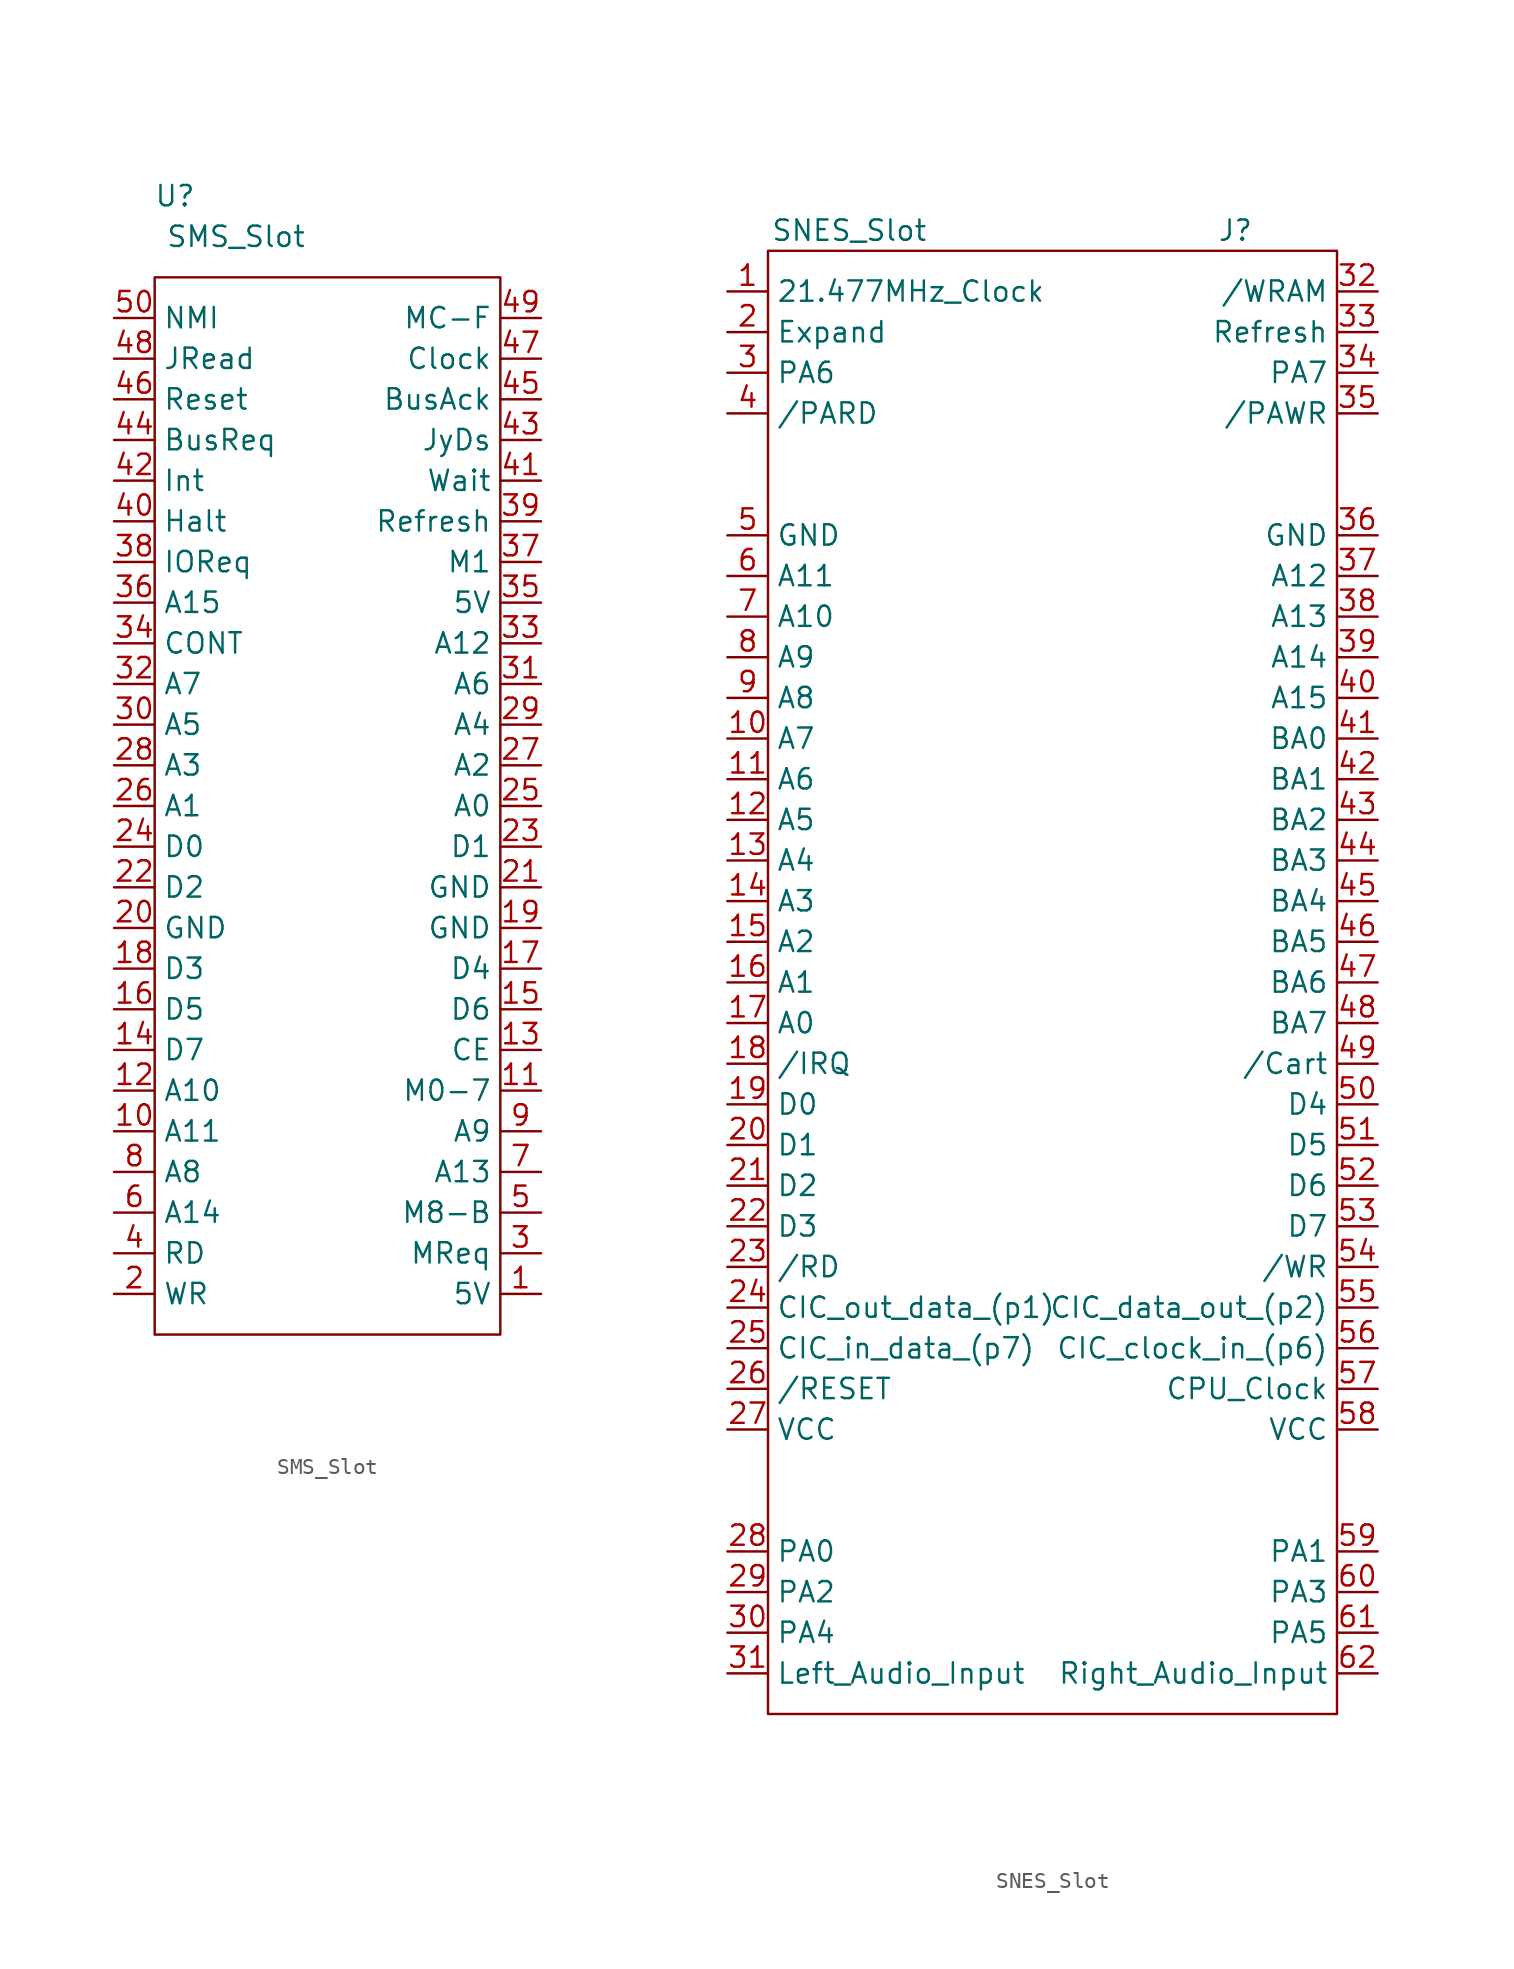
<source format=kicad_sym>
(kicad_symbol_lib
  (version 20211014)
  (generator kicad_symbol_editor)
  (symbol "SMS_Slot"
    (property "Reference" "U"
      (at -10.16 35.56 0)
      (effects (font (size 1.27 1.27))))
    (property "Value" "SMS_Slot"
      (at -6.35 33.02 0)
      (effects (font (size 1.27 1.27))))
    (symbol "SMS_Slot_0_1"
      (rectangle (start -11.43 30.48) (end 10.16 -35.56) (stroke (width 0.152) (type default) (color 0 0 0 0)) (fill (type none))))
    (symbol "SMS_Slot_1_1"
      (pin power_out line (at 12.7 -33.02 180) (length 2.54) (name "5V" (effects (font (size 1.27 1.27)))) (number "1" (effects (font (size 1.27 1.27)))))
      (pin input line (at -13.97 -22.86 0) (length 2.54) (name "A11" (effects (font (size 1.27 1.27)))) (number "10" (effects (font (size 1.27 1.27)))))
      (pin input line (at 12.7 -20.32 180) (length 2.54) (name "M0-7" (effects (font (size 1.27 1.27)))) (number "11" (effects (font (size 1.27 1.27)))))
      (pin input line (at -13.97 -20.32 0) (length 2.54) (name "A10" (effects (font (size 1.27 1.27)))) (number "12" (effects (font (size 1.27 1.27)))))
      (pin input line (at 12.7 -17.78 180) (length 2.54) (name "CE" (effects (font (size 1.27 1.27)))) (number "13" (effects (font (size 1.27 1.27)))))
      (pin bidirectional line (at -13.97 -17.78 0) (length 2.54) (name "D7" (effects (font (size 1.27 1.27)))) (number "14" (effects (font (size 1.27 1.27)))))
      (pin bidirectional line (at 12.7 -15.24 180) (length 2.54) (name "D6" (effects (font (size 1.27 1.27)))) (number "15" (effects (font (size 1.27 1.27)))))
      (pin bidirectional line (at -13.97 -15.24 0) (length 2.54) (name "D5" (effects (font (size 1.27 1.27)))) (number "16" (effects (font (size 1.27 1.27)))))
      (pin bidirectional line (at 12.7 -12.7 180) (length 2.54) (name "D4" (effects (font (size 1.27 1.27)))) (number "17" (effects (font (size 1.27 1.27)))))
      (pin bidirectional line (at -13.97 -12.7 0) (length 2.54) (name "D3" (effects (font (size 1.27 1.27)))) (number "18" (effects (font (size 1.27 1.27)))))
      (pin power_in line (at 12.7 -10.16 180) (length 2.54) (name "GND" (effects (font (size 1.27 1.27)))) (number "19" (effects (font (size 1.27 1.27)))))
      (pin input line (at -13.97 -33.02 0) (length 2.54) (name "WR" (effects (font (size 1.27 1.27)))) (number "2" (effects (font (size 1.27 1.27)))))
      (pin power_in line (at -13.97 -10.16 0) (length 2.54) (name "GND" (effects (font (size 1.27 1.27)))) (number "20" (effects (font (size 1.27 1.27)))))
      (pin power_in line (at 12.7 -7.62 180) (length 2.54) (name "GND" (effects (font (size 1.27 1.27)))) (number "21" (effects (font (size 1.27 1.27)))))
      (pin bidirectional line (at -13.97 -7.62 0) (length 2.54) (name "D2" (effects (font (size 1.27 1.27)))) (number "22" (effects (font (size 1.27 1.27)))))
      (pin bidirectional line (at 12.7 -5.08 180) (length 2.54) (name "D1" (effects (font (size 1.27 1.27)))) (number "23" (effects (font (size 1.27 1.27)))))
      (pin bidirectional line (at -13.97 -5.08 0) (length 2.54) (name "D0" (effects (font (size 1.27 1.27)))) (number "24" (effects (font (size 1.27 1.27)))))
      (pin input line (at 12.7 -2.54 180) (length 2.54) (name "A0" (effects (font (size 1.27 1.27)))) (number "25" (effects (font (size 1.27 1.27)))))
      (pin input line (at -13.97 -2.54 0) (length 2.54) (name "A1" (effects (font (size 1.27 1.27)))) (number "26" (effects (font (size 1.27 1.27)))))
      (pin input line (at 12.7 0 180) (length 2.54) (name "A2" (effects (font (size 1.27 1.27)))) (number "27" (effects (font (size 1.27 1.27)))))
      (pin input line (at -13.97 0 0) (length 2.54) (name "A3" (effects (font (size 1.27 1.27)))) (number "28" (effects (font (size 1.27 1.27)))))
      (pin input line (at 12.7 2.54 180) (length 2.54) (name "A4" (effects (font (size 1.27 1.27)))) (number "29" (effects (font (size 1.27 1.27)))))
      (pin input line (at 12.7 -30.48 180) (length 2.54) (name "MReq" (effects (font (size 1.27 1.27)))) (number "3" (effects (font (size 1.27 1.27)))))
      (pin input line (at -13.97 2.54 0) (length 2.54) (name "A5" (effects (font (size 1.27 1.27)))) (number "30" (effects (font (size 1.27 1.27)))))
      (pin input line (at 12.7 5.08 180) (length 2.54) (name "A6" (effects (font (size 1.27 1.27)))) (number "31" (effects (font (size 1.27 1.27)))))
      (pin input line (at -13.97 5.08 0) (length 2.54) (name "A7" (effects (font (size 1.27 1.27)))) (number "32" (effects (font (size 1.27 1.27)))))
      (pin input line (at 12.7 7.62 180) (length 2.54) (name "A12" (effects (font (size 1.27 1.27)))) (number "33" (effects (font (size 1.27 1.27)))))
      (pin input line (at -13.97 7.62 0) (length 2.54) (name "CONT" (effects (font (size 1.27 1.27)))) (number "34" (effects (font (size 1.27 1.27)))))
      (pin power_in line (at 12.7 10.16 180) (length 2.54) (name "5V" (effects (font (size 1.27 1.27)))) (number "35" (effects (font (size 1.27 1.27)))))
      (pin input line (at -13.97 10.16 0) (length 2.54) (name "A15" (effects (font (size 1.27 1.27)))) (number "36" (effects (font (size 1.27 1.27)))))
      (pin input line (at 12.7 12.7 180) (length 2.54) (name "M1" (effects (font (size 1.27 1.27)))) (number "37" (effects (font (size 1.27 1.27)))))
      (pin input line (at -13.97 12.7 0) (length 2.54) (name "IOReq" (effects (font (size 1.27 1.27)))) (number "38" (effects (font (size 1.27 1.27)))))
      (pin input line (at 12.7 15.24 180) (length 2.54) (name "Refresh" (effects (font (size 1.27 1.27)))) (number "39" (effects (font (size 1.27 1.27)))))
      (pin input line (at -13.97 -30.48 0) (length 2.54) (name "RD" (effects (font (size 1.27 1.27)))) (number "4" (effects (font (size 1.27 1.27)))))
      (pin input line (at -13.97 15.24 0) (length 2.54) (name "Halt" (effects (font (size 1.27 1.27)))) (number "40" (effects (font (size 1.27 1.27)))))
      (pin input line (at 12.7 17.78 180) (length 2.54) (name "Wait" (effects (font (size 1.27 1.27)))) (number "41" (effects (font (size 1.27 1.27)))))
      (pin input line (at -13.97 17.78 0) (length 2.54) (name "Int" (effects (font (size 1.27 1.27)))) (number "42" (effects (font (size 1.27 1.27)))))
      (pin input line (at 12.7 20.32 180) (length 2.54) (name "JyDs" (effects (font (size 1.27 1.27)))) (number "43" (effects (font (size 1.27 1.27)))))
      (pin input line (at -13.97 20.32 0) (length 2.54) (name "BusReq" (effects (font (size 1.27 1.27)))) (number "44" (effects (font (size 1.27 1.27)))))
      (pin input line (at 12.7 22.86 180) (length 2.54) (name "BusAck" (effects (font (size 1.27 1.27)))) (number "45" (effects (font (size 1.27 1.27)))))
      (pin input line (at -13.97 22.86 0) (length 2.54) (name "Reset" (effects (font (size 1.27 1.27)))) (number "46" (effects (font (size 1.27 1.27)))))
      (pin input line (at 12.7 25.4 180) (length 2.54) (name "Clock" (effects (font (size 1.27 1.27)))) (number "47" (effects (font (size 1.27 1.27)))))
      (pin input line (at -13.97 25.4 0) (length 2.54) (name "JRead" (effects (font (size 1.27 1.27)))) (number "48" (effects (font (size 1.27 1.27)))))
      (pin input line (at 12.7 27.94 180) (length 2.54) (name "MC-F" (effects (font (size 1.27 1.27)))) (number "49" (effects (font (size 1.27 1.27)))))
      (pin input line (at 12.7 -27.94 180) (length 2.54) (name "M8-B" (effects (font (size 1.27 1.27)))) (number "5" (effects (font (size 1.27 1.27)))))
      (pin input line (at -13.97 27.94 0) (length 2.54) (name "NMI" (effects (font (size 1.27 1.27)))) (number "50" (effects (font (size 1.27 1.27)))))
      (pin input line (at -13.97 -27.94 0) (length 2.54) (name "A14" (effects (font (size 1.27 1.27)))) (number "6" (effects (font (size 1.27 1.27)))))
      (pin input line (at 12.7 -25.4 180) (length 2.54) (name "A13" (effects (font (size 1.27 1.27)))) (number "7" (effects (font (size 1.27 1.27)))))
      (pin input line (at -13.97 -25.4 0) (length 2.54) (name "A8" (effects (font (size 1.27 1.27)))) (number "8" (effects (font (size 1.27 1.27)))))
      (pin input line (at 12.7 -22.86 180) (length 2.54) (name "A9" (effects (font (size 1.27 1.27)))) (number "9" (effects (font (size 1.27 1.27)))))))
  (symbol "SNES_Slot"
    (property "Reference" "J"
      (at 12.7 45.72 0)
      (effects (font (size 1.27 1.27))))
    (property "Value" "SNES_Slot"
      (at -11.43 45.72 0)
      (effects (font (size 1.27 1.27))))
    (symbol "SNES_Slot_0_1"
      (rectangle (start -16.51 44.45) (end 19.05 -46.99) (stroke (width 0.152) (type default) (color 0 0 0 0)) (fill (type none))))
    (symbol "SNES_Slot_1_1"
      (pin input line (at -19.05 41.91 0) (length 2.54) (name "21.477MHz_Clock" (effects (font (size 1.27 1.27)))) (number "1" (effects (font (size 1.27 1.27)))))
      (pin input line (at -19.05 13.97 0) (length 2.54) (name "A7" (effects (font (size 1.27 1.27)))) (number "10" (effects (font (size 1.27 1.27)))))
      (pin input line (at -19.05 11.43 0) (length 2.54) (name "A6" (effects (font (size 1.27 1.27)))) (number "11" (effects (font (size 1.27 1.27)))))
      (pin input line (at -19.05 8.89 0) (length 2.54) (name "A5" (effects (font (size 1.27 1.27)))) (number "12" (effects (font (size 1.27 1.27)))))
      (pin input line (at -19.05 6.35 0) (length 2.54) (name "A4" (effects (font (size 1.27 1.27)))) (number "13" (effects (font (size 1.27 1.27)))))
      (pin input line (at -19.05 3.81 0) (length 2.54) (name "A3" (effects (font (size 1.27 1.27)))) (number "14" (effects (font (size 1.27 1.27)))))
      (pin input line (at -19.05 1.27 0) (length 2.54) (name "A2" (effects (font (size 1.27 1.27)))) (number "15" (effects (font (size 1.27 1.27)))))
      (pin input line (at -19.05 -1.27 0) (length 2.54) (name "A1" (effects (font (size 1.27 1.27)))) (number "16" (effects (font (size 1.27 1.27)))))
      (pin input line (at -19.05 -3.81 0) (length 2.54) (name "A0" (effects (font (size 1.27 1.27)))) (number "17" (effects (font (size 1.27 1.27)))))
      (pin input line (at -19.05 -6.35 0) (length 2.54) (name "/IRQ" (effects (font (size 1.27 1.27)))) (number "18" (effects (font (size 1.27 1.27)))))
      (pin bidirectional line (at -19.05 -8.89 0) (length 2.54) (name "D0" (effects (font (size 1.27 1.27)))) (number "19" (effects (font (size 1.27 1.27)))))
      (pin input line (at -19.05 39.37 0) (length 2.54) (name "Expand" (effects (font (size 1.27 1.27)))) (number "2" (effects (font (size 1.27 1.27)))))
      (pin bidirectional line (at -19.05 -11.43 0) (length 2.54) (name "D1" (effects (font (size 1.27 1.27)))) (number "20" (effects (font (size 1.27 1.27)))))
      (pin bidirectional line (at -19.05 -13.97 0) (length 2.54) (name "D2" (effects (font (size 1.27 1.27)))) (number "21" (effects (font (size 1.27 1.27)))))
      (pin bidirectional line (at -19.05 -16.51 0) (length 2.54) (name "D3" (effects (font (size 1.27 1.27)))) (number "22" (effects (font (size 1.27 1.27)))))
      (pin input line (at -19.05 -19.05 0) (length 2.54) (name "/RD" (effects (font (size 1.27 1.27)))) (number "23" (effects (font (size 1.27 1.27)))))
      (pin output line (at -19.05 -21.59 0) (length 2.54) (name "CIC_out_data_(p1)" (effects (font (size 1.27 1.27)))) (number "24" (effects (font (size 1.27 1.27)))))
      (pin input line (at -19.05 -24.13 0) (length 2.54) (name "CIC_in_data_(p7)" (effects (font (size 1.27 1.27)))) (number "25" (effects (font (size 1.27 1.27)))))
      (pin input line (at -19.05 -26.67 0) (length 2.54) (name "/RESET" (effects (font (size 1.27 1.27)))) (number "26" (effects (font (size 1.27 1.27)))))
      (pin power_in line (at -19.05 -29.21 0) (length 2.54) (name "VCC" (effects (font (size 1.27 1.27)))) (number "27" (effects (font (size 1.27 1.27)))))
      (pin input line (at -19.05 -36.83 0) (length 2.54) (name "PA0" (effects (font (size 1.27 1.27)))) (number "28" (effects (font (size 1.27 1.27)))))
      (pin input line (at -19.05 -39.37 0) (length 2.54) (name "PA2" (effects (font (size 1.27 1.27)))) (number "29" (effects (font (size 1.27 1.27)))))
      (pin input line (at -19.05 36.83 0) (length 2.54) (name "PA6" (effects (font (size 1.27 1.27)))) (number "3" (effects (font (size 1.27 1.27)))))
      (pin input line (at -19.05 -41.91 0) (length 2.54) (name "PA4" (effects (font (size 1.27 1.27)))) (number "30" (effects (font (size 1.27 1.27)))))
      (pin input line (at -19.05 -44.45 0) (length 2.54) (name "Left_Audio_Input" (effects (font (size 1.27 1.27)))) (number "31" (effects (font (size 1.27 1.27)))))
      (pin input line (at 21.59 41.91 180) (length 2.54) (name "/WRAM" (effects (font (size 1.27 1.27)))) (number "32" (effects (font (size 1.27 1.27)))))
      (pin input line (at 21.59 39.37 180) (length 2.54) (name "Refresh" (effects (font (size 1.27 1.27)))) (number "33" (effects (font (size 1.27 1.27)))))
      (pin input line (at 21.59 36.83 180) (length 2.54) (name "PA7" (effects (font (size 1.27 1.27)))) (number "34" (effects (font (size 1.27 1.27)))))
      (pin input line (at 21.59 34.29 180) (length 2.54) (name "/PAWR" (effects (font (size 1.27 1.27)))) (number "35" (effects (font (size 1.27 1.27)))))
      (pin power_in line (at 21.59 26.67 180) (length 2.54) (name "GND" (effects (font (size 1.27 1.27)))) (number "36" (effects (font (size 1.27 1.27)))))
      (pin input line (at 21.59 24.13 180) (length 2.54) (name "A12" (effects (font (size 1.27 1.27)))) (number "37" (effects (font (size 1.27 1.27)))))
      (pin input line (at 21.59 21.59 180) (length 2.54) (name "A13" (effects (font (size 1.27 1.27)))) (number "38" (effects (font (size 1.27 1.27)))))
      (pin input line (at 21.59 19.05 180) (length 2.54) (name "A14" (effects (font (size 1.27 1.27)))) (number "39" (effects (font (size 1.27 1.27)))))
      (pin input line (at -19.05 34.29 0) (length 2.54) (name "/PARD" (effects (font (size 1.27 1.27)))) (number "4" (effects (font (size 1.27 1.27)))))
      (pin input line (at 21.59 16.51 180) (length 2.54) (name "A15" (effects (font (size 1.27 1.27)))) (number "40" (effects (font (size 1.27 1.27)))))
      (pin input line (at 21.59 13.97 180) (length 2.54) (name "BA0" (effects (font (size 1.27 1.27)))) (number "41" (effects (font (size 1.27 1.27)))))
      (pin input line (at 21.59 11.43 180) (length 2.54) (name "BA1" (effects (font (size 1.27 1.27)))) (number "42" (effects (font (size 1.27 1.27)))))
      (pin input line (at 21.59 8.89 180) (length 2.54) (name "BA2" (effects (font (size 1.27 1.27)))) (number "43" (effects (font (size 1.27 1.27)))))
      (pin input line (at 21.59 6.35 180) (length 2.54) (name "BA3" (effects (font (size 1.27 1.27)))) (number "44" (effects (font (size 1.27 1.27)))))
      (pin input line (at 21.59 3.81 180) (length 2.54) (name "BA4" (effects (font (size 1.27 1.27)))) (number "45" (effects (font (size 1.27 1.27)))))
      (pin input line (at 21.59 1.27 180) (length 2.54) (name "BA5" (effects (font (size 1.27 1.27)))) (number "46" (effects (font (size 1.27 1.27)))))
      (pin input line (at 21.59 -1.27 180) (length 2.54) (name "BA6" (effects (font (size 1.27 1.27)))) (number "47" (effects (font (size 1.27 1.27)))))
      (pin input line (at 21.59 -3.81 180) (length 2.54) (name "BA7" (effects (font (size 1.27 1.27)))) (number "48" (effects (font (size 1.27 1.27)))))
      (pin input line (at 21.59 -6.35 180) (length 2.54) (name "/Cart" (effects (font (size 1.27 1.27)))) (number "49" (effects (font (size 1.27 1.27)))))
      (pin power_in line (at -19.05 26.67 0) (length 2.54) (name "GND" (effects (font (size 1.27 1.27)))) (number "5" (effects (font (size 1.27 1.27)))))
      (pin bidirectional line (at 21.59 -8.89 180) (length 2.54) (name "D4" (effects (font (size 1.27 1.27)))) (number "50" (effects (font (size 1.27 1.27)))))
      (pin bidirectional line (at 21.59 -11.43 180) (length 2.54) (name "D5" (effects (font (size 1.27 1.27)))) (number "51" (effects (font (size 1.27 1.27)))))
      (pin bidirectional line (at 21.59 -13.97 180) (length 2.54) (name "D6" (effects (font (size 1.27 1.27)))) (number "52" (effects (font (size 1.27 1.27)))))
      (pin bidirectional line (at 21.59 -16.51 180) (length 2.54) (name "D7" (effects (font (size 1.27 1.27)))) (number "53" (effects (font (size 1.27 1.27)))))
      (pin input line (at 21.59 -19.05 180) (length 2.54) (name "/WR" (effects (font (size 1.27 1.27)))) (number "54" (effects (font (size 1.27 1.27)))))
      (pin output line (at 21.59 -21.59 180) (length 2.54) (name "CIC_data_out_(p2)" (effects (font (size 1.27 1.27)))) (number "55" (effects (font (size 1.27 1.27)))))
      (pin input line (at 21.59 -24.13 180) (length 2.54) (name "CIC_clock_in_(p6)" (effects (font (size 1.27 1.27)))) (number "56" (effects (font (size 1.27 1.27)))))
      (pin input line (at 21.59 -26.67 180) (length 2.54) (name "CPU_Clock" (effects (font (size 1.27 1.27)))) (number "57" (effects (font (size 1.27 1.27)))))
      (pin power_in line (at 21.59 -29.21 180) (length 2.54) (name "VCC" (effects (font (size 1.27 1.27)))) (number "58" (effects (font (size 1.27 1.27)))))
      (pin input line (at 21.59 -36.83 180) (length 2.54) (name "PA1" (effects (font (size 1.27 1.27)))) (number "59" (effects (font (size 1.27 1.27)))))
      (pin input line (at -19.05 24.13 0) (length 2.54) (name "A11" (effects (font (size 1.27 1.27)))) (number "6" (effects (font (size 1.27 1.27)))))
      (pin input line (at 21.59 -39.37 180) (length 2.54) (name "PA3" (effects (font (size 1.27 1.27)))) (number "60" (effects (font (size 1.27 1.27)))))
      (pin input line (at 21.59 -41.91 180) (length 2.54) (name "PA5" (effects (font (size 1.27 1.27)))) (number "61" (effects (font (size 1.27 1.27)))))
      (pin input line (at 21.59 -44.45 180) (length 2.54) (name "Right_Audio_Input" (effects (font (size 1.27 1.27)))) (number "62" (effects (font (size 1.27 1.27)))))
      (pin input line (at -19.05 21.59 0) (length 2.54) (name "A10" (effects (font (size 1.27 1.27)))) (number "7" (effects (font (size 1.27 1.27)))))
      (pin input line (at -19.05 19.05 0) (length 2.54) (name "A9" (effects (font (size 1.27 1.27)))) (number "8" (effects (font (size 1.27 1.27)))))
      (pin input line (at -19.05 16.51 0) (length 2.54) (name "A8" (effects (font (size 1.27 1.27)))) (number "9" (effects (font (size 1.27 1.27))))))))
</source>
